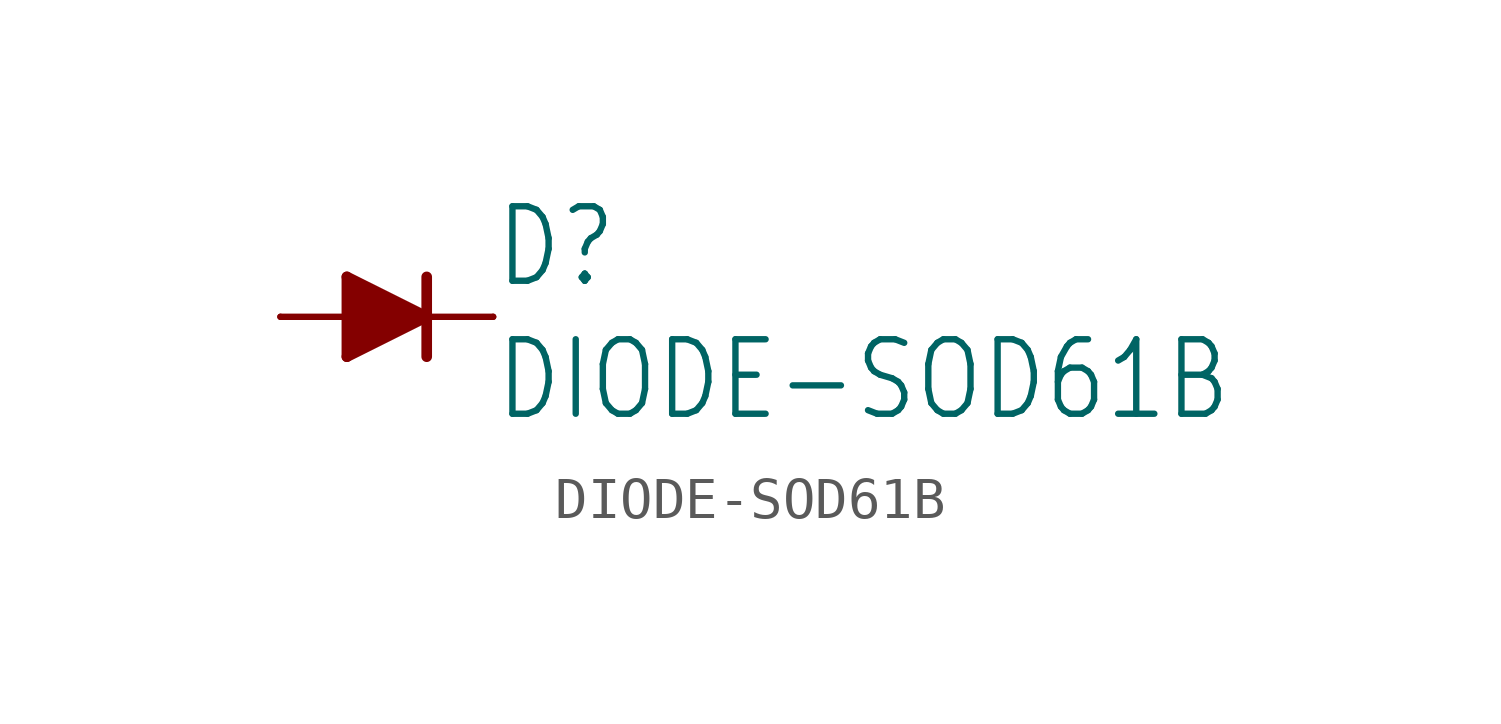
<source format=kicad_sym>
(kicad_symbol_lib
  (version 20211014)
  (generator kicad_symbol_editor)
  (symbol "DIODE-SOD61B"
    (property "Reference" "D"
      (at 2.54 0.635 0)
      (effects (font (size 1.778 1.511)) (justify left bottom)))
    (property "Value" "DIODE-SOD61B"
      (at 2.54 -2.54 0)
      (effects (font (size 1.778 1.511)) (justify left bottom)))
    (property "ki_locked" ""
      (at 0 0 0)
      (effects (font (size 1.27 1.27))))
    (symbol "DIODE-SOD61B_1_0"
      (polyline (pts (xy -0.953 -0.953) (xy 0.953 0)) (stroke (width 0.254) (type default) (color 0 0 0 0)) (fill (type none)))
      (polyline (pts (xy -0.953 0) (xy -2.54 0)) (stroke (width 0.152) (type default) (color 0 0 0 0)) (fill (type none)))
      (polyline (pts (xy -0.953 0) (xy -0.953 -0.953)) (stroke (width 0.254) (type default) (color 0 0 0 0)) (fill (type none)))
      (polyline (pts (xy -0.953 0.953) (xy -0.953 0)) (stroke (width 0.254) (type default) (color 0 0 0 0)) (fill (type none)))
      (polyline (pts (xy 0.953 0) (xy -0.953 0.953)) (stroke (width 0.254) (type default) (color 0 0 0 0)) (fill (type none)))
      (polyline (pts (xy 0.953 0) (xy 0.953 -0.953)) (stroke (width 0.254) (type default) (color 0 0 0 0)) (fill (type none)))
      (polyline (pts (xy 0.953 0) (xy 2.54 0)) (stroke (width 0.152) (type default) (color 0 0 0 0)) (fill (type none)))
      (polyline (pts (xy 0.953 0.953) (xy 0.953 0)) (stroke (width 0.254) (type default) (color 0 0 0 0)) (fill (type none)))
      (polyline (pts (xy -0.953 0.953) (xy 0.953 0) (xy -0.953 -0.953)) (stroke (width 0) (type default) (color 0 0 0 0)) (fill (type outline)))
      (pin passive line (at -2.54 0 0) (length 0) (name "A" (effects (font (size 0 0)))) (number "A" (effects (font (size 0 0)))))
      (pin passive line (at 2.54 0 180) (length 0) (name "C" (effects (font (size 0 0)))) (number "C" (effects (font (size 0 0))))))))
</source>
